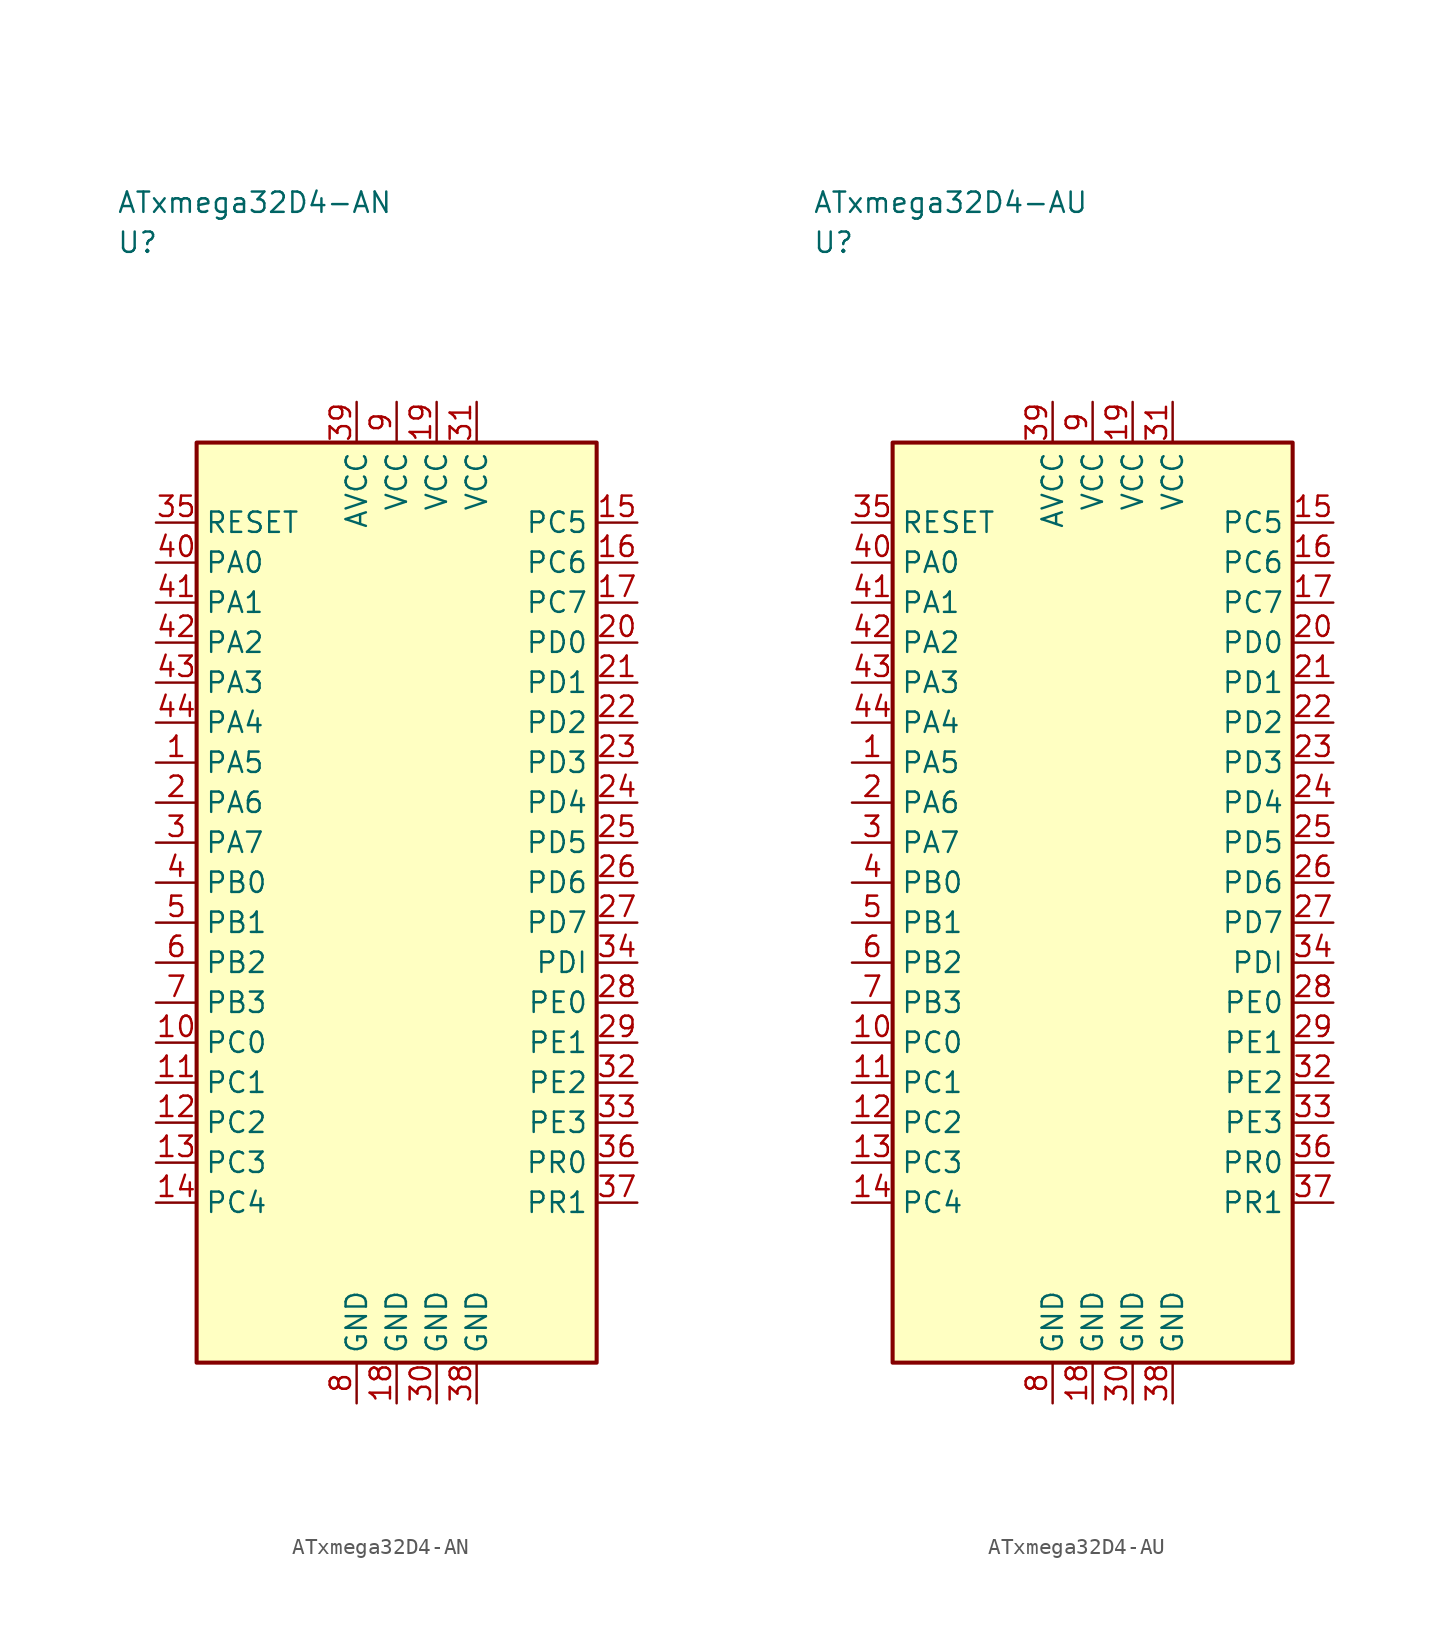
<source format=kicad_sym>
(kicad_symbol_lib
  (version 20241025)
  (generator "kicad_symbol_editor")
  (generator_version "8.0")
  (symbol "ATxmega32D4-AN"
    (property "Reference" "U"
      (at -17.5 41.25 0)
      (effects (font (size 1.27 1.27)) (justify left)))
    (property "Value" "ATxmega32D4-AN"
      (at -17.5 43.75 0)
      (effects (font (size 1.27 1.27)) (justify left)))
    (symbol "ATxmega32D4-AN_0_1"
      (rectangle (start -12.5 28.75) (end 12.5 -28.75) (stroke (width 0.254) (type default)) (fill (type background))))
    (symbol "ATxmega32D4-AN_1_1"
      (pin bidirectional line (at -15.04 8.75 0.0) (length 2.54) (name "PA5" (effects (font (size 1.27 1.27)))) (number "1" (effects (font (size 1.27 1.27)))))
      (pin bidirectional line (at -15.04 6.25 0.0) (length 2.54) (name "PA6" (effects (font (size 1.27 1.27)))) (number "2" (effects (font (size 1.27 1.27)))))
      (pin bidirectional line (at -15.04 3.75 0.0) (length 2.54) (name "PA7" (effects (font (size 1.27 1.27)))) (number "3" (effects (font (size 1.27 1.27)))))
      (pin bidirectional line (at -15.04 1.25 0.0) (length 2.54) (name "PB0" (effects (font (size 1.27 1.27)))) (number "4" (effects (font (size 1.27 1.27)))))
      (pin bidirectional line (at -15.04 -1.25 0.0) (length 2.54) (name "PB1" (effects (font (size 1.27 1.27)))) (number "5" (effects (font (size 1.27 1.27)))))
      (pin bidirectional line (at -15.04 -3.75 0.0) (length 2.54) (name "PB2" (effects (font (size 1.27 1.27)))) (number "6" (effects (font (size 1.27 1.27)))))
      (pin bidirectional line (at -15.04 -6.25 0.0) (length 2.54) (name "PB3" (effects (font (size 1.27 1.27)))) (number "7" (effects (font (size 1.27 1.27)))))
      (pin passive line (at -2.5 -31.29 90.0) (length 2.54) (name "GND" (effects (font (size 1.27 1.27)))) (number "8" (effects (font (size 1.27 1.27)))))
      (pin power_in line (at 0.0 31.29 270.0) (length 2.54) (name "VCC" (effects (font (size 1.27 1.27)))) (number "9" (effects (font (size 1.27 1.27)))))
      (pin bidirectional line (at -15.04 -8.75 0.0) (length 2.54) (name "PC0" (effects (font (size 1.27 1.27)))) (number "10" (effects (font (size 1.27 1.27)))))
      (pin bidirectional line (at -15.04 -11.25 0.0) (length 2.54) (name "PC1" (effects (font (size 1.27 1.27)))) (number "11" (effects (font (size 1.27 1.27)))))
      (pin bidirectional line (at -15.04 -13.75 0.0) (length 2.54) (name "PC2" (effects (font (size 1.27 1.27)))) (number "12" (effects (font (size 1.27 1.27)))))
      (pin bidirectional line (at -15.04 -16.25 0.0) (length 2.54) (name "PC3" (effects (font (size 1.27 1.27)))) (number "13" (effects (font (size 1.27 1.27)))))
      (pin bidirectional line (at -15.04 -18.75 0.0) (length 2.54) (name "PC4" (effects (font (size 1.27 1.27)))) (number "14" (effects (font (size 1.27 1.27)))))
      (pin bidirectional line (at 15.04 23.75 180.0) (length 2.54) (name "PC5" (effects (font (size 1.27 1.27)))) (number "15" (effects (font (size 1.27 1.27)))))
      (pin bidirectional line (at 15.04 21.25 180.0) (length 2.54) (name "PC6" (effects (font (size 1.27 1.27)))) (number "16" (effects (font (size 1.27 1.27)))))
      (pin bidirectional line (at 15.04 18.75 180.0) (length 2.54) (name "PC7" (effects (font (size 1.27 1.27)))) (number "17" (effects (font (size 1.27 1.27)))))
      (pin passive line (at 0.0 -31.29 90.0) (length 2.54) (name "GND" (effects (font (size 1.27 1.27)))) (number "18" (effects (font (size 1.27 1.27)))))
      (pin power_in line (at 2.5 31.29 270.0) (length 2.54) (name "VCC" (effects (font (size 1.27 1.27)))) (number "19" (effects (font (size 1.27 1.27)))))
      (pin bidirectional line (at 15.04 16.25 180.0) (length 2.54) (name "PD0" (effects (font (size 1.27 1.27)))) (number "20" (effects (font (size 1.27 1.27)))))
      (pin bidirectional line (at 15.04 13.75 180.0) (length 2.54) (name "PD1" (effects (font (size 1.27 1.27)))) (number "21" (effects (font (size 1.27 1.27)))))
      (pin bidirectional line (at 15.04 11.25 180.0) (length 2.54) (name "PD2" (effects (font (size 1.27 1.27)))) (number "22" (effects (font (size 1.27 1.27)))))
      (pin bidirectional line (at 15.04 8.75 180.0) (length 2.54) (name "PD3" (effects (font (size 1.27 1.27)))) (number "23" (effects (font (size 1.27 1.27)))))
      (pin bidirectional line (at 15.04 6.25 180.0) (length 2.54) (name "PD4" (effects (font (size 1.27 1.27)))) (number "24" (effects (font (size 1.27 1.27)))))
      (pin bidirectional line (at 15.04 3.75 180.0) (length 2.54) (name "PD5" (effects (font (size 1.27 1.27)))) (number "25" (effects (font (size 1.27 1.27)))))
      (pin bidirectional line (at 15.04 1.25 180.0) (length 2.54) (name "PD6" (effects (font (size 1.27 1.27)))) (number "26" (effects (font (size 1.27 1.27)))))
      (pin bidirectional line (at 15.04 -1.25 180.0) (length 2.54) (name "PD7" (effects (font (size 1.27 1.27)))) (number "27" (effects (font (size 1.27 1.27)))))
      (pin bidirectional line (at 15.04 -6.25 180.0) (length 2.54) (name "PE0" (effects (font (size 1.27 1.27)))) (number "28" (effects (font (size 1.27 1.27)))))
      (pin bidirectional line (at 15.04 -8.75 180.0) (length 2.54) (name "PE1" (effects (font (size 1.27 1.27)))) (number "29" (effects (font (size 1.27 1.27)))))
      (pin passive line (at 2.5 -31.29 90.0) (length 2.54) (name "GND" (effects (font (size 1.27 1.27)))) (number "30" (effects (font (size 1.27 1.27)))))
      (pin power_in line (at 5.0 31.29 270.0) (length 2.54) (name "VCC" (effects (font (size 1.27 1.27)))) (number "31" (effects (font (size 1.27 1.27)))))
      (pin bidirectional line (at 15.04 -11.25 180.0) (length 2.54) (name "PE2" (effects (font (size 1.27 1.27)))) (number "32" (effects (font (size 1.27 1.27)))))
      (pin bidirectional line (at 15.04 -13.75 180.0) (length 2.54) (name "PE3" (effects (font (size 1.27 1.27)))) (number "33" (effects (font (size 1.27 1.27)))))
      (pin bidirectional line (at 15.04 -3.75 180.0) (length 2.54) (name "PDI" (effects (font (size 1.27 1.27)))) (number "34" (effects (font (size 1.27 1.27)))))
      (pin input line (at -15.04 23.75 0.0) (length 2.54) (name "RESET" (effects (font (size 1.27 1.27)))) (number "35" (effects (font (size 1.27 1.27)))))
      (pin bidirectional line (at 15.04 -16.25 180.0) (length 2.54) (name "PR0" (effects (font (size 1.27 1.27)))) (number "36" (effects (font (size 1.27 1.27)))))
      (pin bidirectional line (at 15.04 -18.75 180.0) (length 2.54) (name "PR1" (effects (font (size 1.27 1.27)))) (number "37" (effects (font (size 1.27 1.27)))))
      (pin passive line (at 5.0 -31.29 90.0) (length 2.54) (name "GND" (effects (font (size 1.27 1.27)))) (number "38" (effects (font (size 1.27 1.27)))))
      (pin power_in line (at -2.5 31.29 270.0) (length 2.54) (name "AVCC" (effects (font (size 1.27 1.27)))) (number "39" (effects (font (size 1.27 1.27)))))
      (pin bidirectional line (at -15.04 21.25 0.0) (length 2.54) (name "PA0" (effects (font (size 1.27 1.27)))) (number "40" (effects (font (size 1.27 1.27)))))
      (pin bidirectional line (at -15.04 18.75 0.0) (length 2.54) (name "PA1" (effects (font (size 1.27 1.27)))) (number "41" (effects (font (size 1.27 1.27)))))
      (pin bidirectional line (at -15.04 16.25 0.0) (length 2.54) (name "PA2" (effects (font (size 1.27 1.27)))) (number "42" (effects (font (size 1.27 1.27)))))
      (pin bidirectional line (at -15.04 13.75 0.0) (length 2.54) (name "PA3" (effects (font (size 1.27 1.27)))) (number "43" (effects (font (size 1.27 1.27)))))
      (pin bidirectional line (at -15.04 11.25 0.0) (length 2.54) (name "PA4" (effects (font (size 1.27 1.27)))) (number "44" (effects (font (size 1.27 1.27)))))))
  (symbol "ATxmega32D4-AU"
    (property "Reference" "U"
      (at -17.5 41.25 0)
      (effects (font (size 1.27 1.27)) (justify left)))
    (property "Value" "ATxmega32D4-AU"
      (at -17.5 43.75 0)
      (effects (font (size 1.27 1.27)) (justify left)))
    (symbol "ATxmega32D4-AU_0_1"
      (rectangle (start -12.5 28.75) (end 12.5 -28.75) (stroke (width 0.254) (type default)) (fill (type background))))
    (symbol "ATxmega32D4-AU_1_1"
      (pin bidirectional line (at -15.04 8.75 0.0) (length 2.54) (name "PA5" (effects (font (size 1.27 1.27)))) (number "1" (effects (font (size 1.27 1.27)))))
      (pin bidirectional line (at -15.04 6.25 0.0) (length 2.54) (name "PA6" (effects (font (size 1.27 1.27)))) (number "2" (effects (font (size 1.27 1.27)))))
      (pin bidirectional line (at -15.04 3.75 0.0) (length 2.54) (name "PA7" (effects (font (size 1.27 1.27)))) (number "3" (effects (font (size 1.27 1.27)))))
      (pin bidirectional line (at -15.04 1.25 0.0) (length 2.54) (name "PB0" (effects (font (size 1.27 1.27)))) (number "4" (effects (font (size 1.27 1.27)))))
      (pin bidirectional line (at -15.04 -1.25 0.0) (length 2.54) (name "PB1" (effects (font (size 1.27 1.27)))) (number "5" (effects (font (size 1.27 1.27)))))
      (pin bidirectional line (at -15.04 -3.75 0.0) (length 2.54) (name "PB2" (effects (font (size 1.27 1.27)))) (number "6" (effects (font (size 1.27 1.27)))))
      (pin bidirectional line (at -15.04 -6.25 0.0) (length 2.54) (name "PB3" (effects (font (size 1.27 1.27)))) (number "7" (effects (font (size 1.27 1.27)))))
      (pin passive line (at -2.5 -31.29 90.0) (length 2.54) (name "GND" (effects (font (size 1.27 1.27)))) (number "8" (effects (font (size 1.27 1.27)))))
      (pin power_in line (at 0.0 31.29 270.0) (length 2.54) (name "VCC" (effects (font (size 1.27 1.27)))) (number "9" (effects (font (size 1.27 1.27)))))
      (pin bidirectional line (at -15.04 -8.75 0.0) (length 2.54) (name "PC0" (effects (font (size 1.27 1.27)))) (number "10" (effects (font (size 1.27 1.27)))))
      (pin bidirectional line (at -15.04 -11.25 0.0) (length 2.54) (name "PC1" (effects (font (size 1.27 1.27)))) (number "11" (effects (font (size 1.27 1.27)))))
      (pin bidirectional line (at -15.04 -13.75 0.0) (length 2.54) (name "PC2" (effects (font (size 1.27 1.27)))) (number "12" (effects (font (size 1.27 1.27)))))
      (pin bidirectional line (at -15.04 -16.25 0.0) (length 2.54) (name "PC3" (effects (font (size 1.27 1.27)))) (number "13" (effects (font (size 1.27 1.27)))))
      (pin bidirectional line (at -15.04 -18.75 0.0) (length 2.54) (name "PC4" (effects (font (size 1.27 1.27)))) (number "14" (effects (font (size 1.27 1.27)))))
      (pin bidirectional line (at 15.04 23.75 180.0) (length 2.54) (name "PC5" (effects (font (size 1.27 1.27)))) (number "15" (effects (font (size 1.27 1.27)))))
      (pin bidirectional line (at 15.04 21.25 180.0) (length 2.54) (name "PC6" (effects (font (size 1.27 1.27)))) (number "16" (effects (font (size 1.27 1.27)))))
      (pin bidirectional line (at 15.04 18.75 180.0) (length 2.54) (name "PC7" (effects (font (size 1.27 1.27)))) (number "17" (effects (font (size 1.27 1.27)))))
      (pin passive line (at 0.0 -31.29 90.0) (length 2.54) (name "GND" (effects (font (size 1.27 1.27)))) (number "18" (effects (font (size 1.27 1.27)))))
      (pin power_in line (at 2.5 31.29 270.0) (length 2.54) (name "VCC" (effects (font (size 1.27 1.27)))) (number "19" (effects (font (size 1.27 1.27)))))
      (pin bidirectional line (at 15.04 16.25 180.0) (length 2.54) (name "PD0" (effects (font (size 1.27 1.27)))) (number "20" (effects (font (size 1.27 1.27)))))
      (pin bidirectional line (at 15.04 13.75 180.0) (length 2.54) (name "PD1" (effects (font (size 1.27 1.27)))) (number "21" (effects (font (size 1.27 1.27)))))
      (pin bidirectional line (at 15.04 11.25 180.0) (length 2.54) (name "PD2" (effects (font (size 1.27 1.27)))) (number "22" (effects (font (size 1.27 1.27)))))
      (pin bidirectional line (at 15.04 8.75 180.0) (length 2.54) (name "PD3" (effects (font (size 1.27 1.27)))) (number "23" (effects (font (size 1.27 1.27)))))
      (pin bidirectional line (at 15.04 6.25 180.0) (length 2.54) (name "PD4" (effects (font (size 1.27 1.27)))) (number "24" (effects (font (size 1.27 1.27)))))
      (pin bidirectional line (at 15.04 3.75 180.0) (length 2.54) (name "PD5" (effects (font (size 1.27 1.27)))) (number "25" (effects (font (size 1.27 1.27)))))
      (pin bidirectional line (at 15.04 1.25 180.0) (length 2.54) (name "PD6" (effects (font (size 1.27 1.27)))) (number "26" (effects (font (size 1.27 1.27)))))
      (pin bidirectional line (at 15.04 -1.25 180.0) (length 2.54) (name "PD7" (effects (font (size 1.27 1.27)))) (number "27" (effects (font (size 1.27 1.27)))))
      (pin bidirectional line (at 15.04 -6.25 180.0) (length 2.54) (name "PE0" (effects (font (size 1.27 1.27)))) (number "28" (effects (font (size 1.27 1.27)))))
      (pin bidirectional line (at 15.04 -8.75 180.0) (length 2.54) (name "PE1" (effects (font (size 1.27 1.27)))) (number "29" (effects (font (size 1.27 1.27)))))
      (pin passive line (at 2.5 -31.29 90.0) (length 2.54) (name "GND" (effects (font (size 1.27 1.27)))) (number "30" (effects (font (size 1.27 1.27)))))
      (pin power_in line (at 5.0 31.29 270.0) (length 2.54) (name "VCC" (effects (font (size 1.27 1.27)))) (number "31" (effects (font (size 1.27 1.27)))))
      (pin bidirectional line (at 15.04 -11.25 180.0) (length 2.54) (name "PE2" (effects (font (size 1.27 1.27)))) (number "32" (effects (font (size 1.27 1.27)))))
      (pin bidirectional line (at 15.04 -13.75 180.0) (length 2.54) (name "PE3" (effects (font (size 1.27 1.27)))) (number "33" (effects (font (size 1.27 1.27)))))
      (pin bidirectional line (at 15.04 -3.75 180.0) (length 2.54) (name "PDI" (effects (font (size 1.27 1.27)))) (number "34" (effects (font (size 1.27 1.27)))))
      (pin input line (at -15.04 23.75 0.0) (length 2.54) (name "RESET" (effects (font (size 1.27 1.27)))) (number "35" (effects (font (size 1.27 1.27)))))
      (pin bidirectional line (at 15.04 -16.25 180.0) (length 2.54) (name "PR0" (effects (font (size 1.27 1.27)))) (number "36" (effects (font (size 1.27 1.27)))))
      (pin bidirectional line (at 15.04 -18.75 180.0) (length 2.54) (name "PR1" (effects (font (size 1.27 1.27)))) (number "37" (effects (font (size 1.27 1.27)))))
      (pin passive line (at 5.0 -31.29 90.0) (length 2.54) (name "GND" (effects (font (size 1.27 1.27)))) (number "38" (effects (font (size 1.27 1.27)))))
      (pin power_in line (at -2.5 31.29 270.0) (length 2.54) (name "AVCC" (effects (font (size 1.27 1.27)))) (number "39" (effects (font (size 1.27 1.27)))))
      (pin bidirectional line (at -15.04 21.25 0.0) (length 2.54) (name "PA0" (effects (font (size 1.27 1.27)))) (number "40" (effects (font (size 1.27 1.27)))))
      (pin bidirectional line (at -15.04 18.75 0.0) (length 2.54) (name "PA1" (effects (font (size 1.27 1.27)))) (number "41" (effects (font (size 1.27 1.27)))))
      (pin bidirectional line (at -15.04 16.25 0.0) (length 2.54) (name "PA2" (effects (font (size 1.27 1.27)))) (number "42" (effects (font (size 1.27 1.27)))))
      (pin bidirectional line (at -15.04 13.75 0.0) (length 2.54) (name "PA3" (effects (font (size 1.27 1.27)))) (number "43" (effects (font (size 1.27 1.27)))))
      (pin bidirectional line (at -15.04 11.25 0.0) (length 2.54) (name "PA4" (effects (font (size 1.27 1.27)))) (number "44" (effects (font (size 1.27 1.27))))))))
</source>
